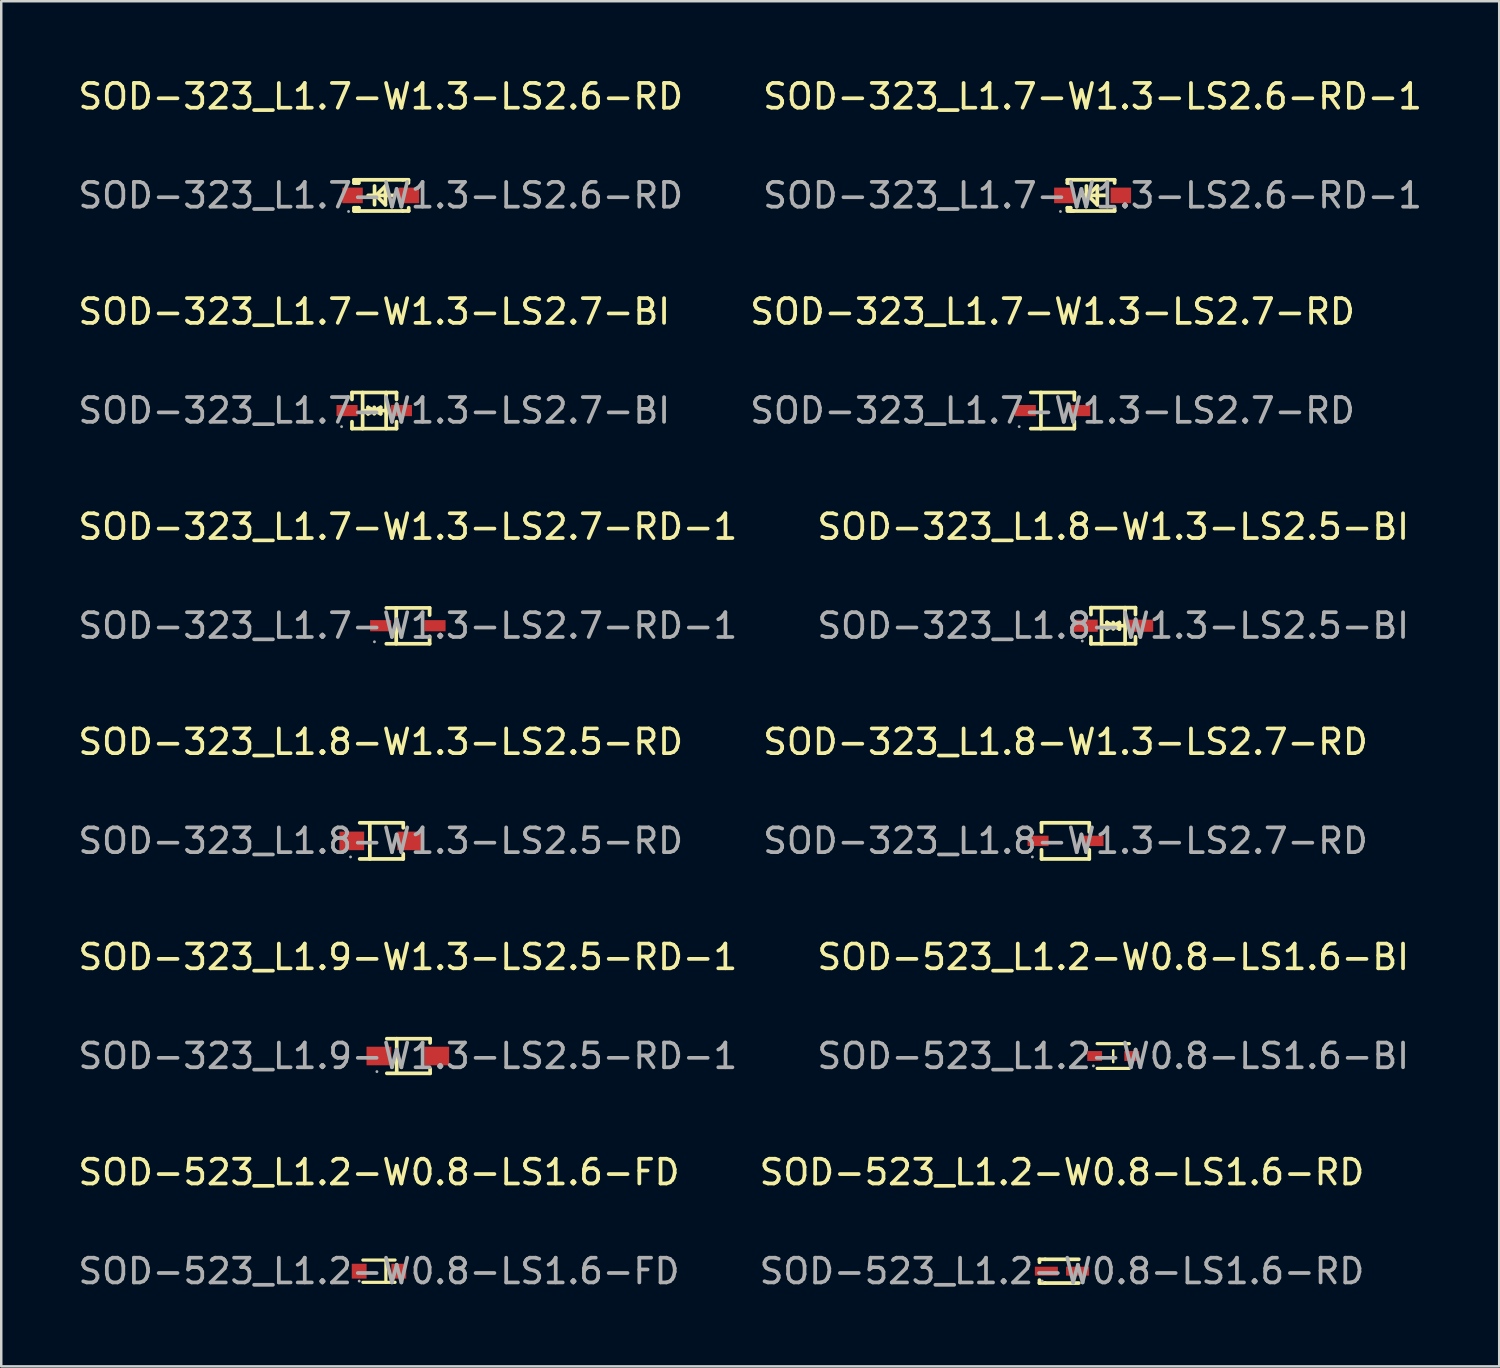
<source format=kicad_pcb>
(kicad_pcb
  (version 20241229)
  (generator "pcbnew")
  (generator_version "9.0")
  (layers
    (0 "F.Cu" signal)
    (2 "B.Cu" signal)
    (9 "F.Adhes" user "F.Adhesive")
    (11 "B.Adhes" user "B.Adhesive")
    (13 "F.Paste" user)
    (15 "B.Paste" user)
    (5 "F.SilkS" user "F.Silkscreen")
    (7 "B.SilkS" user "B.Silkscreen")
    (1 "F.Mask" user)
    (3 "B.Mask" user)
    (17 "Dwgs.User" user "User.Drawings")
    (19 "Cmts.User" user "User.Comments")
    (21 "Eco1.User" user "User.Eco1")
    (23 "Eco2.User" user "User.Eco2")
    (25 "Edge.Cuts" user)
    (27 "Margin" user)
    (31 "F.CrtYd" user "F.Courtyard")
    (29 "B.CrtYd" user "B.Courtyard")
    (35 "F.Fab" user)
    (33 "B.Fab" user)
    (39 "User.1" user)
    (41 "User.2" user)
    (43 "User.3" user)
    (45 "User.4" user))
  (footprint "SOD-523_L1.2-W0.8-LS1.6-RD"
    (layer "F.Cu")
    (at 39.875 48.331)
    (property "Reference" "SOD-523_L1.2-W0.8-LS1.6-RD" (at 0 -4 0) (layer "F.SilkS") (effects (font (size 1 1) (thickness 0.15))))
    (attr smd)
    (fp_line (start -0.91 -0.48) (end -0.91 -0.36) (stroke (width 0.15) (type solid)) (layer "F.SilkS"))
    (fp_line (start -0.91 0.36) (end -0.91 0.48) (stroke (width 0.15) (type solid)) (layer "F.SilkS"))
    (fp_line (start -0.91 0.48) (end -0.68 0.48) (stroke (width 0.15) (type solid)) (layer "F.SilkS"))
    (fp_line (start -0.68 -0.48) (end -0.91 -0.48) (stroke (width 0.15) (type solid)) (layer "F.SilkS"))
    (fp_line (start -0.68 -0.48) (end 0.68 -0.48) (stroke (width 0.15) (type solid)) (layer "F.SilkS"))
    (fp_line (start -0.68 0.48) (end 0.68 0.48) (stroke (width 0.15) (type solid)) (layer "F.SilkS"))
    (fp_circle (center -0.8 0.4) (end -0.77 0.4) (stroke (width 0.06) (type solid)) (fill no) (layer "F.Fab"))
    (fp_text user "${REFERENCE}" (at 0 0 0) (layer "F.Fab") (effects (font (size 1 1) (thickness 0.15))))
    (pad "1" smd rect (at -0.63 0 180) (size 0.93 0.36) (layers "F.Cu" "F.Mask" "F.Paste"))
    (pad "2" smd rect (at 0.63 0 180) (size 0.93 0.36) (layers "F.Cu" "F.Mask" "F.Paste")))
  (footprint "SOD-523_L1.2-W0.8-LS1.6-FD"
    (layer "F.Cu")
    (at 12.268 48.331)
    (property "Reference" "SOD-523_L1.2-W0.8-LS1.6-FD" (at 0 -4 0) (layer "F.SilkS") (effects (font (size 1 1) (thickness 0.15))))
    (attr smd)
    (fp_line (start -0.65 -0.45) (end 0.65 -0.45) (stroke (width 0.13) (type solid)) (layer "F.SilkS"))
    (fp_line (start -0.65 0.45) (end 0.65 0.45) (stroke (width 0.13) (type solid)) (layer "F.SilkS"))
    (fp_line (start 0.28 -0.41) (end 0.28 0.44) (stroke (width 0.13) (type solid)) (layer "F.SilkS"))
    (fp_circle (center -0.8 0.4) (end -0.77 0.4) (stroke (width 0.06) (type solid)) (fill no) (layer "F.Fab"))
    (fp_text user "${REFERENCE}" (at 0 0 0) (layer "F.Fab") (effects (font (size 1 1) (thickness 0.15))))
    (pad "1" smd rect (at -0.8 0) (size 0.6 0.6) (layers "F.Cu" "F.Mask" "F.Paste"))
    (pad "2" smd rect (at 0.8 0 180) (size 0.6 0.6) (layers "F.Cu" "F.Mask" "F.Paste")))
  (footprint "SOD-323_L1.7-W1.3-LS2.7-RD-1"
    (layer "F.Cu")
    (at 13.435 22.241)
    (property "Reference" "SOD-323_L1.7-W1.3-LS2.7-RD-1" (at 0 -4 0) (layer "F.SilkS") (effects (font (size 1 1) (thickness 0.15))))
    (attr smd)
    (fp_line (start -0.87 -0.72) (end 0.88 -0.72) (stroke (width 0.15) (type solid)) (layer "F.SilkS"))
    (fp_line (start -0.87 0.73) (end 0.88 0.73) (stroke (width 0.15) (type solid)) (layer "F.SilkS"))
    (fp_line (start -0.47 -0.72) (end -0.47 0.73) (stroke (width 0.15) (type solid)) (layer "F.SilkS"))
    (fp_line (start 0.88 -0.72) (end 0.88 -0.43) (stroke (width 0.15) (type solid)) (layer "F.SilkS"))
    (fp_line (start 0.88 0.73) (end 0.88 0.43) (stroke (width 0.15) (type solid)) (layer "F.SilkS"))
    (fp_circle (center -1.35 0.65) (end -1.32 0.65) (stroke (width 0.06) (type solid)) (fill no) (layer "F.Fab"))
    (fp_text user "${REFERENCE}" (at 0 0 0) (layer "F.Fab") (effects (font (size 1 1) (thickness 0.15))))
    (pad "1" smd rect (at -1.1 0 180) (size 0.85 0.45) (layers "F.Cu" "F.Mask" "F.Paste"))
    (pad "2" smd rect (at 1.1 0 180) (size 0.85 0.45) (layers "F.Cu" "F.Mask" "F.Paste")))
  (footprint "SOD-323_L1.8-W1.3-LS2.5-RD"
    (layer "F.Cu")
    (at 12.339 30.938)
    (property "Reference" "SOD-323_L1.8-W1.3-LS2.5-RD" (at 0 -4 0) (layer "F.SilkS") (effects (font (size 1 1) (thickness 0.15))))
    (attr through_hole)
    (fp_line (start -0.85 -0.73) (end 0.91 -0.73) (stroke (width 0.15) (type solid)) (layer "F.SilkS"))
    (fp_line (start -0.85 0.73) (end 0.91 0.73) (stroke (width 0.15) (type solid)) (layer "F.SilkS"))
    (fp_line (start -0.44 -0.73) (end -0.44 0.73) (stroke (width 0.15) (type solid)) (layer "F.SilkS"))
    (fp_line (start 0.91 -0.73) (end 0.91 -0.53) (stroke (width 0.15) (type solid)) (layer "F.SilkS"))
    (fp_line (start 0.91 0.73) (end 0.91 0.52) (stroke (width 0.15) (type solid)) (layer "F.SilkS"))
    (fp_circle (center -1.22 0.65) (end -1.19 0.65) (stroke (width 0.06) (type solid)) (fill no) (layer "F.Fab"))
    (fp_text user "${REFERENCE}" (at 0 0 0) (layer "F.Fab") (effects (font (size 1 1) (thickness 0.15))))
    (pad "1" smd rect (at -1.17 0) (size 1 0.75) (layers "F.Cu" "F.Mask" "F.Paste"))
    (pad "2" smd rect (at 1.17 0) (size 1 0.75) (layers "F.Cu" "F.Mask" "F.Paste")))
  (footprint "SOD-523_L1.2-W0.8-LS1.6-BI"
    (layer "F.Cu")
    (at 41.946 39.634)
    (property "Reference" "SOD-523_L1.2-W0.8-LS1.6-BI" (at 0 -4 0) (layer "F.SilkS") (effects (font (size 1 1) (thickness 0.15))))
    (attr smd)
    (fp_line (start -0.65 -0.5) (end 0.65 -0.5) (stroke (width 0.13) (type solid)) (layer "F.SilkS"))
    (fp_line (start -0.65 0.5) (end 0.65 0.5) (stroke (width 0.13) (type solid)) (layer "F.SilkS"))
    (fp_line (start 0 -0.23) (end 0 0.25) (stroke (width 0.1) (type solid)) (layer "F.SilkS"))
    (fp_circle (center -0.8 0.4) (end -0.77 0.4) (stroke (width 0.06) (type solid)) (fill no) (layer "F.Fab"))
    (fp_text user "${REFERENCE}" (at 0 0 0) (layer "F.Fab") (effects (font (size 1 1) (thickness 0.15))))
    (pad "1" smd rect (at -0.75 0) (size 0.6 0.4) (layers "F.Cu" "F.Mask" "F.Paste"))
    (pad "2" smd rect (at 0.75 0 180) (size 0.6 0.4) (layers "F.Cu" "F.Mask" "F.Paste")))
  (footprint "SOD-323_L1.7-W1.3-LS2.7-RD"
    (layer "F.Cu")
    (at 39.494 13.545)
    (property "Reference" "SOD-323_L1.7-W1.3-LS2.7-RD" (at 0 -4 0) (layer "F.SilkS") (effects (font (size 1 1) (thickness 0.15))))
    (attr smd)
    (fp_line (start -0.88 -0.73) (end 0.88 -0.73) (stroke (width 0.15) (type solid)) (layer "F.SilkS"))
    (fp_line (start -0.88 0.73) (end 0.88 0.73) (stroke (width 0.15) (type solid)) (layer "F.SilkS"))
    (fp_line (start -0.47 -0.73) (end -0.47 0.73) (stroke (width 0.15) (type solid)) (layer "F.SilkS"))
    (fp_line (start 0.88 -0.73) (end 0.88 -0.43) (stroke (width 0.15) (type solid)) (layer "F.SilkS"))
    (fp_line (start 0.88 0.73) (end 0.88 0.43) (stroke (width 0.15) (type solid)) (layer "F.SilkS"))
    (fp_circle (center -1.35 0.65) (end -1.32 0.65) (stroke (width 0.06) (type solid)) (fill no) (layer "F.Fab"))
    (fp_text user "${REFERENCE}" (at 0 0 0) (layer "F.Fab") (effects (font (size 1 1) (thickness 0.15))))
    (pad "1" smd rect (at -1.1 0 180) (size 0.85 0.45) (layers "F.Cu" "F.Mask" "F.Paste"))
    (pad "2" smd rect (at 1.1 0 180) (size 0.85 0.45) (layers "F.Cu" "F.Mask" "F.Paste")))
  (footprint "SOD-323_L1.7-W1.3-LS2.7-BI"
    (layer "F.Cu")
    (at 12.077 13.545)
    (property "Reference" "SOD-323_L1.7-W1.3-LS2.7-BI" (at 0 -4 0) (layer "F.SilkS") (effects (font (size 1 1) (thickness 0.15))))
    (attr smd)
    (fp_line (start -0.9 -0.73) (end -0.9 -0.45) (stroke (width 0.15) (type solid)) (layer "F.SilkS"))
    (fp_line (start -0.9 0.73) (end -0.9 0.45) (stroke (width 0.15) (type solid)) (layer "F.SilkS"))
    (fp_line (start -0.47 0) (end 0.48 0) (stroke (width 0.15) (type solid)) (layer "F.SilkS"))
    (fp_line (start -0.47 0.73) (end -0.47 -0.73) (stroke (width 0.15) (type solid)) (layer "F.SilkS"))
    (fp_line (start -0.25 -0.13) (end 0 0) (stroke (width 0.15) (type solid)) (layer "F.SilkS"))
    (fp_line (start -0.25 0.13) (end -0.25 -0.13) (stroke (width 0.15) (type solid)) (layer "F.SilkS"))
    (fp_line (start -0.13 0) (end 0 0) (stroke (width 0.15) (type solid)) (layer "F.SilkS"))
    (fp_line (start 0 -0.13) (end 0 0.13) (stroke (width 0.15) (type solid)) (layer "F.SilkS"))
    (fp_line (start 0 0) (end -0.25 0.13) (stroke (width 0.15) (type solid)) (layer "F.SilkS"))
    (fp_line (start 0 0) (end 0.26 -0.13) (stroke (width 0.15) (type solid)) (layer "F.SilkS"))
    (fp_line (start 0.13 0) (end 0 0) (stroke (width 0.15) (type solid)) (layer "F.SilkS"))
    (fp_line (start 0.26 -0.13) (end 0.26 0.13) (stroke (width 0.15) (type solid)) (layer "F.SilkS"))
    (fp_line (start 0.26 0.13) (end 0 0) (stroke (width 0.15) (type solid)) (layer "F.SilkS"))
    (fp_line (start 0.48 0.73) (end 0.48 -0.73) (stroke (width 0.15) (type solid)) (layer "F.SilkS"))
    (fp_line (start 0.9 -0.73) (end -0.9 -0.73) (stroke (width 0.15) (type solid)) (layer "F.SilkS"))
    (fp_line (start 0.9 -0.73) (end 0.9 -0.45) (stroke (width 0.15) (type solid)) (layer "F.SilkS"))
    (fp_line (start 0.9 0.73) (end -0.9 0.73) (stroke (width 0.15) (type solid)) (layer "F.SilkS"))
    (fp_line (start 0.9 0.73) (end 0.9 0.45) (stroke (width 0.15) (type solid)) (layer "F.SilkS"))
    (fp_circle (center -1.32 0.65) (end -1.29 0.65) (stroke (width 0.06) (type solid)) (fill no) (layer "F.Fab"))
    (fp_text user "${REFERENCE}" (at 0 0 0) (layer "F.Fab") (effects (font (size 1 1) (thickness 0.15))))
    (pad "1" smd rect (at -1.1 0 180) (size 0.85 0.45) (layers "F.Cu" "F.Mask" "F.Paste"))
    (pad "2" smd rect (at 1.1 0 180) (size 0.85 0.45) (layers "F.Cu" "F.Mask" "F.Paste")))
  (footprint "SOD-323_L1.8-W1.3-LS2.5-BI"
    (layer "F.Cu")
    (at 41.946 22.241)
    (property "Reference" "SOD-323_L1.8-W1.3-LS2.5-BI" (at 0 -4 0) (layer "F.SilkS") (effects (font (size 1 1) (thickness 0.15))))
    (attr smd)
    (fp_line (start -0.9 -0.73) (end -0.9 -0.45) (stroke (width 0.15) (type solid)) (layer "F.SilkS"))
    (fp_line (start -0.9 0.73) (end -0.9 0.45) (stroke (width 0.15) (type solid)) (layer "F.SilkS"))
    (fp_line (start -0.47 0) (end 0.48 0) (stroke (width 0.15) (type solid)) (layer "F.SilkS"))
    (fp_line (start -0.47 0.73) (end -0.47 -0.73) (stroke (width 0.15) (type solid)) (layer "F.SilkS"))
    (fp_line (start -0.25 -0.13) (end -0.25 -0.13) (stroke (width 0.15) (type solid)) (layer "F.SilkS"))
    (fp_line (start -0.25 -0.13) (end 0 0) (stroke (width 0.15) (type solid)) (layer "F.SilkS"))
    (fp_line (start -0.25 0.13) (end -0.25 -0.13) (stroke (width 0.15) (type solid)) (layer "F.SilkS"))
    (fp_line (start -0.13 0) (end 0 0) (stroke (width 0.15) (type solid)) (layer "F.SilkS"))
    (fp_line (start 0 -0.13) (end 0 0.13) (stroke (width 0.15) (type solid)) (layer "F.SilkS"))
    (fp_line (start 0 0) (end -0.25 0.13) (stroke (width 0.15) (type solid)) (layer "F.SilkS"))
    (fp_line (start 0 0) (end 0.25 -0.13) (stroke (width 0.15) (type solid)) (layer "F.SilkS"))
    (fp_line (start 0.13 0) (end 0 0) (stroke (width 0.15) (type solid)) (layer "F.SilkS"))
    (fp_line (start 0.25 -0.13) (end 0.25 0.13) (stroke (width 0.15) (type solid)) (layer "F.SilkS"))
    (fp_line (start 0.25 0.13) (end 0 0) (stroke (width 0.15) (type solid)) (layer "F.SilkS"))
    (fp_line (start 0.25 0.13) (end 0.25 0.13) (stroke (width 0.15) (type solid)) (layer "F.SilkS"))
    (fp_line (start 0.48 0.73) (end 0.48 -0.73) (stroke (width 0.15) (type solid)) (layer "F.SilkS"))
    (fp_line (start 0.9 -0.73) (end -0.9 -0.73) (stroke (width 0.15) (type solid)) (layer "F.SilkS"))
    (fp_line (start 0.9 -0.73) (end 0.9 -0.45) (stroke (width 0.15) (type solid)) (layer "F.SilkS"))
    (fp_line (start 0.9 0.73) (end -0.9 0.73) (stroke (width 0.15) (type solid)) (layer "F.SilkS"))
    (fp_line (start 0.9 0.73) (end 0.9 0.45) (stroke (width 0.15) (type solid)) (layer "F.SilkS"))
    (fp_circle (center -1.25 0.62) (end -1.22 0.62) (stroke (width 0.06) (type solid)) (fill no) (layer "F.Fab"))
    (fp_text user "${REFERENCE}" (at 0 0 0) (layer "F.Fab") (effects (font (size 1 1) (thickness 0.15))))
    (pad "1" smd rect (at -1.12 0) (size 0.99 0.49) (layers "F.Cu" "F.Mask" "F.Paste"))
    (pad "2" smd rect (at 1.12 0) (size 0.99 0.49) (layers "F.Cu" "F.Mask" "F.Paste")))
  (footprint "SOD-323_L1.7-W1.3-LS2.6-RD-1"
    (layer "F.Cu")
    (at 41.113 4.848)
    (property "Reference" "SOD-323_L1.7-W1.3-LS2.6-RD-1" (at 0 -4 0) (layer "F.SilkS") (effects (font (size 1 1) (thickness 0.15))))
    (attr smd)
    (fp_line (start -1.02 -0.63) (end -1.02 -0.5) (stroke (width 0.15) (type solid)) (layer "F.SilkS"))
    (fp_line (start -1.02 -0.5) (end -0.89 -0.5) (stroke (width 0.15) (type solid)) (layer "F.SilkS"))
    (fp_line (start -1.02 0.5) (end -1.02 0.62) (stroke (width 0.15) (type solid)) (layer "F.SilkS"))
    (fp_line (start -1.02 0.5) (end -0.89 0.5) (stroke (width 0.15) (type solid)) (layer "F.SilkS"))
    (fp_line (start -0.89 -0.63) (end -1.02 -0.63) (stroke (width 0.15) (type solid)) (layer "F.SilkS"))
    (fp_line (start -0.89 -0.63) (end -0.89 -0.6) (stroke (width 0.15) (type solid)) (layer "F.SilkS"))
    (fp_line (start -0.89 -0.63) (end 0.89 -0.63) (stroke (width 0.15) (type solid)) (layer "F.SilkS"))
    (fp_line (start -0.89 -0.5) (end -0.89 -0.63) (stroke (width 0.15) (type solid)) (layer "F.SilkS"))
    (fp_line (start -0.89 0.6) (end -0.89 0.5) (stroke (width 0.15) (type solid)) (layer "F.SilkS"))
    (fp_line (start -0.89 0.6) (end -0.89 0.63) (stroke (width 0.15) (type solid)) (layer "F.SilkS"))
    (fp_line (start -0.89 0.63) (end 0.89 0.63) (stroke (width 0.15) (type solid)) (layer "F.SilkS"))
    (fp_line (start -0.77 0.63) (end -1.01 0.63) (stroke (width 0.15) (type solid)) (layer "F.SilkS"))
    (fp_line (start -0.25 -0.38) (end -0.25 0.38) (stroke (width 0.15) (type solid)) (layer "F.SilkS"))
    (fp_line (start -0.19 0) (end 0.19 -0.38) (stroke (width 0.15) (type solid)) (layer "F.SilkS"))
    (fp_line (start 0.19 -0.38) (end 0.19 0.38) (stroke (width 0.15) (type solid)) (layer "F.SilkS"))
    (fp_line (start 0.19 0.38) (end -0.19 0) (stroke (width 0.15) (type solid)) (layer "F.SilkS"))
    (fp_line (start 0.51 0) (end -0.51 0) (stroke (width 0.15) (type solid)) (layer "F.SilkS"))
    (fp_line (start 0.89 -0.63) (end 0.89 -0.5) (stroke (width 0.15) (type solid)) (layer "F.SilkS"))
    (fp_line (start 0.89 0.5) (end 0.89 0.63) (stroke (width 0.15) (type solid)) (layer "F.SilkS"))
    (fp_circle (center -1.3 0.65) (end -1.27 0.65) (stroke (width 0.06) (type solid)) (fill no) (layer "F.Fab"))
    (fp_text user "${REFERENCE}" (at 0 0 0) (layer "F.Fab") (effects (font (size 1 1) (thickness 0.15))))
    (pad "1" smd rect (at -1.14 0 90) (size 0.63 0.83) (layers "F.Cu" "F.Mask" "F.Paste"))
    (pad "2" smd rect (at 1.14 0 90) (size 0.63 0.83) (layers "F.Cu" "F.Mask" "F.Paste")))
  (footprint "SOD-323_L1.7-W1.3-LS2.6-RD"
    (layer "F.Cu")
    (at 12.339 4.848)
    (property "Reference" "SOD-323_L1.7-W1.3-LS2.6-RD" (at 0 -4 0) (layer "F.SilkS") (effects (font (size 1 1) (thickness 0.15))))
    (attr through_hole)
    (fp_line (start -1.08 -0.63) (end -1.08 -0.5) (stroke (width 0.15) (type solid)) (layer "F.SilkS"))
    (fp_line (start -1.08 0.5) (end -1.08 0.63) (stroke (width 0.15) (type solid)) (layer "F.SilkS"))
    (fp_line (start -1.08 0.5) (end -0.89 0.5) (stroke (width 0.15) (type solid)) (layer "F.SilkS"))
    (fp_line (start -1.08 0.63) (end -0.89 0.63) (stroke (width 0.15) (type solid)) (layer "F.SilkS"))
    (fp_line (start -1 0.63) (end -0.99 0.63) (stroke (width 0.15) (type solid)) (layer "F.SilkS"))
    (fp_line (start -0.99 -0.5) (end -0.99 -0.63) (stroke (width 0.15) (type solid)) (layer "F.SilkS"))
    (fp_line (start -0.99 0.63) (end -0.99 0.5) (stroke (width 0.15) (type solid)) (layer "F.SilkS"))
    (fp_line (start -0.89 -0.63) (end -1.08 -0.63) (stroke (width 0.15) (type solid)) (layer "F.SilkS"))
    (fp_line (start -0.89 -0.63) (end -0.89 -0.6) (stroke (width 0.15) (type solid)) (layer "F.SilkS"))
    (fp_line (start -0.89 -0.63) (end 0.89 -0.63) (stroke (width 0.15) (type solid)) (layer "F.SilkS"))
    (fp_line (start -0.89 -0.6) (end -0.89 -0.5) (stroke (width 0.15) (type solid)) (layer "F.SilkS"))
    (fp_line (start -0.89 -0.5) (end -1.08 -0.5) (stroke (width 0.15) (type solid)) (layer "F.SilkS"))
    (fp_line (start -0.89 0.5) (end -0.89 0.5) (stroke (width 0.15) (type solid)) (layer "F.SilkS"))
    (fp_line (start -0.89 0.5) (end -0.89 0.6) (stroke (width 0.15) (type solid)) (layer "F.SilkS"))
    (fp_line (start -0.89 0.6) (end -0.89 0.63) (stroke (width 0.15) (type solid)) (layer "F.SilkS"))
    (fp_line (start -0.89 0.63) (end 0.89 0.63) (stroke (width 0.15) (type solid)) (layer "F.SilkS"))
    (fp_line (start -0.25 -0.38) (end -0.25 0.38) (stroke (width 0.15) (type solid)) (layer "F.SilkS"))
    (fp_line (start -0.19 0) (end -0.19 0) (stroke (width 0.15) (type solid)) (layer "F.SilkS"))
    (fp_line (start -0.19 0) (end 0.19 -0.38) (stroke (width 0.15) (type solid)) (layer "F.SilkS"))
    (fp_line (start 0.19 -0.38) (end 0.19 0.38) (stroke (width 0.15) (type solid)) (layer "F.SilkS"))
    (fp_line (start 0.19 0.38) (end -0.19 0) (stroke (width 0.15) (type solid)) (layer "F.SilkS"))
    (fp_line (start 0.51 0) (end -0.51 0) (stroke (width 0.15) (type solid)) (layer "F.SilkS"))
    (fp_line (start 0.89 -0.63) (end 1.12 -0.63) (stroke (width 0.15) (type solid)) (layer "F.SilkS"))
    (fp_line (start 1.12 -0.63) (end 1.12 -0.5) (stroke (width 0.15) (type solid)) (layer "F.SilkS"))
    (fp_line (start 1.13 0.5) (end 1.13 0.63) (stroke (width 0.15) (type solid)) (layer "F.SilkS"))
    (fp_line (start 1.13 0.63) (end 0.89 0.63) (stroke (width 0.15) (type solid)) (layer "F.SilkS"))
    (fp_circle (center -1.3 0.65) (end -1.27 0.65) (stroke (width 0.06) (type solid)) (fill no) (layer "F.Fab"))
    (fp_text user "${REFERENCE}" (at 0 0 0) (layer "F.Fab") (effects (font (size 1 1) (thickness 0.15))))
    (pad "1" smd rect (at -1.14 0 90) (size 0.63 0.83) (layers "F.Cu" "F.Mask" "F.Paste"))
    (pad "2" smd rect (at 1.14 0 90) (size 0.63 0.83) (layers "F.Cu" "F.Mask" "F.Paste")))
  (footprint "SOD-323_L1.8-W1.3-LS2.7-RD"
    (layer "F.Cu")
    (at 40.018 30.938)
    (property "Reference" "SOD-323_L1.8-W1.3-LS2.7-RD" (at 0 -4 0) (layer "F.SilkS") (effects (font (size 1 1) (thickness 0.15))))
    (attr through_hole)
    (fp_line (start -0.97 -0.73) (end 0.96 -0.73) (stroke (width 0.15) (type solid)) (layer "F.SilkS"))
    (fp_line (start -0.97 -0.36) (end -0.97 -0.73) (stroke (width 0.15) (type solid)) (layer "F.SilkS"))
    (fp_line (start -0.97 0.36) (end -0.97 0.73) (stroke (width 0.15) (type solid)) (layer "F.SilkS"))
    (fp_line (start -0.97 0.73) (end 0.96 0.73) (stroke (width 0.15) (type solid)) (layer "F.SilkS"))
    (fp_line (start 0.96 -0.36) (end 0.96 -0.73) (stroke (width 0.15) (type solid)) (layer "F.SilkS"))
    (fp_line (start 0.96 0.36) (end 0.96 0.73) (stroke (width 0.15) (type solid)) (layer "F.SilkS"))
    (fp_circle (center -1.34 0.65) (end -1.31 0.65) (stroke (width 0.06) (type solid)) (fill no) (layer "F.Fab"))
    (fp_text user "${REFERENCE}" (at 0 0 0) (layer "F.Fab") (effects (font (size 1 1) (thickness 0.15))))
    (pad "1" smd rect (at -1.11 0) (size 0.85 0.42) (layers "F.Cu" "F.Mask" "F.Paste"))
    (pad "2" smd rect (at 1.11 0) (size 0.85 0.42) (layers "F.Cu" "F.Mask" "F.Paste")))
  (footprint "SOD-323_L1.9-W1.3-LS2.5-RD-1"
    (layer "F.Cu")
    (at 13.435 39.634)
    (property "Reference" "SOD-323_L1.9-W1.3-LS2.5-RD-1" (at 0 -4 0) (layer "F.SilkS") (effects (font (size 1 1) (thickness 0.15))))
    (attr smd)
    (fp_line (start -0.85 -0.7) (end 0.9 -0.7) (stroke (width 0.15) (type solid)) (layer "F.SilkS"))
    (fp_line (start -0.85 0.7) (end 0.9 0.7) (stroke (width 0.15) (type solid)) (layer "F.SilkS"))
    (fp_line (start -0.45 -0.7) (end -0.45 0.69) (stroke (width 0.15) (type solid)) (layer "F.SilkS"))
    (fp_line (start 0.9 -0.7) (end 0.9 -0.53) (stroke (width 0.15) (type solid)) (layer "F.SilkS"))
    (fp_line (start 0.9 0.7) (end 0.9 0.52) (stroke (width 0.15) (type solid)) (layer "F.SilkS"))
    (fp_circle (center -1.25 0.63) (end -1.22 0.63) (stroke (width 0.06) (type solid)) (fill no) (layer "F.Fab"))
    (fp_text user "${REFERENCE}" (at 0 0 0) (layer "F.Fab") (effects (font (size 1 1) (thickness 0.15))))
    (pad "1" smd rect (at -1.17 0) (size 1 0.75) (layers "F.Cu" "F.Mask" "F.Paste"))
    (pad "2" smd rect (at 1.17 0) (size 1 0.75) (layers "F.Cu" "F.Mask" "F.Paste")))
  (gr_rect
    (start -3 -3)
    (end 57.548 52.179)
    (stroke (width 0.1) (type default))
    (fill no)
    (layer "Edge.Cuts")))
</source>
